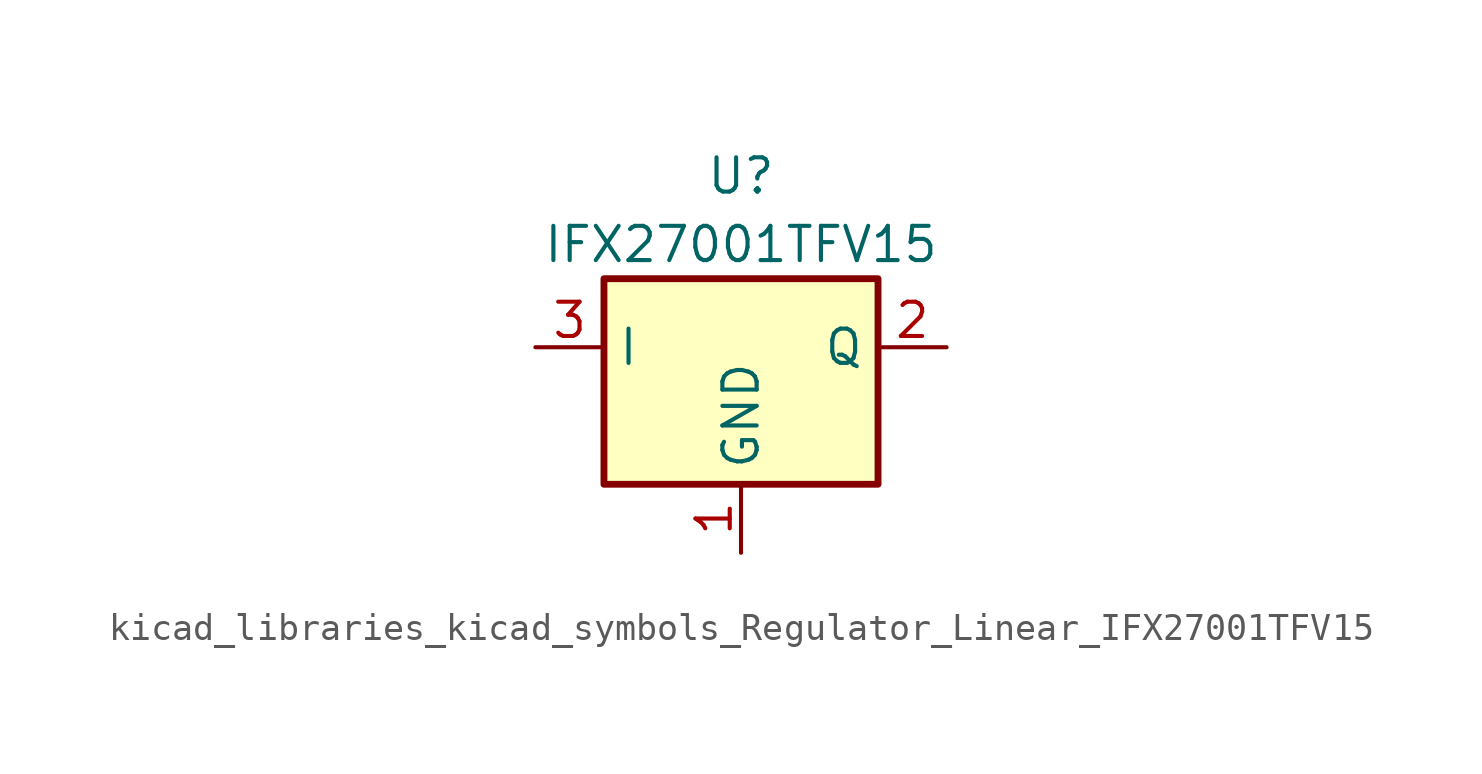
<source format=kicad_sym>
(kicad_symbol_lib
  (version 20220914)
  (generator kicad_symbol_editor)
  (symbol "kicad_libraries_kicad_symbols_Regulator_Linear_IFX27001TFV15"
    (property "Reference" "U"
      (at 0 6.35 0)
      (effects (font (size 1.27 1.27))))
    (property "Value" "IFX27001TFV15"
      (at 0 3.81 0)
      (effects (font (size 1.27 1.27))))
    (symbol "kicad_libraries_kicad_symbols_Regulator_Linear_IFX27001TFV15_1_1"
      (rectangle (start -5.08 2.54) (end 5.08 -5.08) (stroke (width 0.254) (type default)) (fill (type background)))
      (pin power_in line (at 0 -7.62 90) (length 2.54) (name "GND" (effects (font (size 1.27 1.27)))) (number "1" (effects (font (size 1.27 1.27)))))
      (pin power_out line (at 7.62 0 180) (length 2.54) (name "Q" (effects (font (size 1.27 1.27)))) (number "2" (effects (font (size 1.27 1.27)))))
      (pin power_in line (at -7.62 0 0) (length 2.54) (name "I" (effects (font (size 1.27 1.27)))) (number "3" (effects (font (size 1.27 1.27))))))))
</source>
